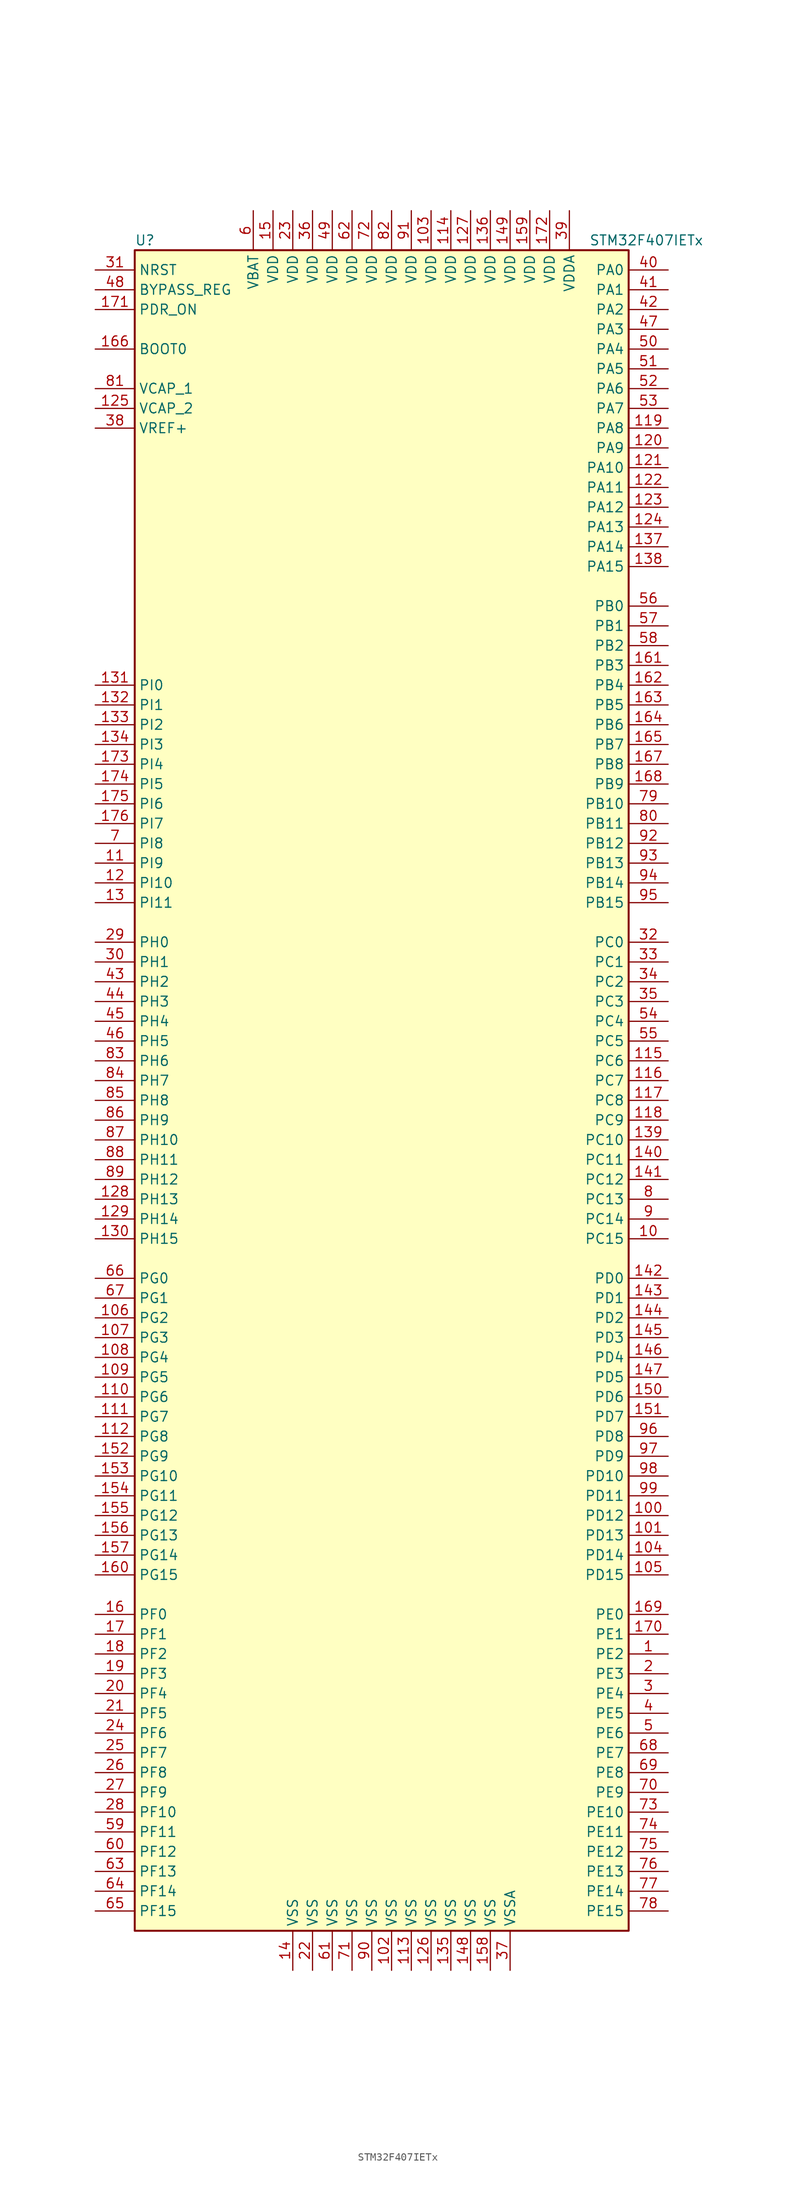
<source format=kicad_sym>
(kicad_symbol_lib
  (version 20201005)
  (generator kicad_symbol_editor)
  (symbol "STM32F407IETx"
    (property "Reference" "U"
      (at -33.02 107.95 0)
      (effects (font (size 1.27 1.27)) (justify left)))
    (property "Value" "STM32F407IETx"
      (at 25.4 107.95 0)
      (effects (font (size 1.27 1.27)) (justify left)))
    (symbol "STM32F407IETx_0_1"
      (rectangle (start -33.02 -109.22) (end 30.48 106.68) (stroke (width 0.254)) (fill (type background))))
    (symbol "STM32F407IETx_1_1"
      (pin bidirectional line (at 35.56 -73.66 180) (length 5.08) (name "PE2" (effects (font (size 1.27 1.27)))) (number "1" (effects (font (size 1.27 1.27)))))
      (pin bidirectional line (at 35.56 -20.32 180) (length 5.08) (name "PC15" (effects (font (size 1.27 1.27)))) (number "10" (effects (font (size 1.27 1.27)))))
      (pin bidirectional line (at 35.56 -55.88 180) (length 5.08) (name "PD12" (effects (font (size 1.27 1.27)))) (number "100" (effects (font (size 1.27 1.27)))))
      (pin bidirectional line (at 35.56 -58.42 180) (length 5.08) (name "PD13" (effects (font (size 1.27 1.27)))) (number "101" (effects (font (size 1.27 1.27)))))
      (pin power_in line (at 0 -114.3 90) (length 5.08) (name "VSS" (effects (font (size 1.27 1.27)))) (number "102" (effects (font (size 1.27 1.27)))))
      (pin power_in line (at 5.08 111.76 270) (length 5.08) (name "VDD" (effects (font (size 1.27 1.27)))) (number "103" (effects (font (size 1.27 1.27)))))
      (pin bidirectional line (at 35.56 -60.96 180) (length 5.08) (name "PD14" (effects (font (size 1.27 1.27)))) (number "104" (effects (font (size 1.27 1.27)))))
      (pin bidirectional line (at 35.56 -63.5 180) (length 5.08) (name "PD15" (effects (font (size 1.27 1.27)))) (number "105" (effects (font (size 1.27 1.27)))))
      (pin bidirectional line (at -38.1 -30.48 0) (length 5.08) (name "PG2" (effects (font (size 1.27 1.27)))) (number "106" (effects (font (size 1.27 1.27)))))
      (pin bidirectional line (at -38.1 -33.02 0) (length 5.08) (name "PG3" (effects (font (size 1.27 1.27)))) (number "107" (effects (font (size 1.27 1.27)))))
      (pin bidirectional line (at -38.1 -35.56 0) (length 5.08) (name "PG4" (effects (font (size 1.27 1.27)))) (number "108" (effects (font (size 1.27 1.27)))))
      (pin bidirectional line (at -38.1 -38.1 0) (length 5.08) (name "PG5" (effects (font (size 1.27 1.27)))) (number "109" (effects (font (size 1.27 1.27)))))
      (pin bidirectional line (at -38.1 27.94 0) (length 5.08) (name "PI9" (effects (font (size 1.27 1.27)))) (number "11" (effects (font (size 1.27 1.27)))))
      (pin bidirectional line (at -38.1 -40.64 0) (length 5.08) (name "PG6" (effects (font (size 1.27 1.27)))) (number "110" (effects (font (size 1.27 1.27)))))
      (pin bidirectional line (at -38.1 -43.18 0) (length 5.08) (name "PG7" (effects (font (size 1.27 1.27)))) (number "111" (effects (font (size 1.27 1.27)))))
      (pin bidirectional line (at -38.1 -45.72 0) (length 5.08) (name "PG8" (effects (font (size 1.27 1.27)))) (number "112" (effects (font (size 1.27 1.27)))))
      (pin power_in line (at 2.54 -114.3 90) (length 5.08) (name "VSS" (effects (font (size 1.27 1.27)))) (number "113" (effects (font (size 1.27 1.27)))))
      (pin power_in line (at 7.62 111.76 270) (length 5.08) (name "VDD" (effects (font (size 1.27 1.27)))) (number "114" (effects (font (size 1.27 1.27)))))
      (pin bidirectional line (at 35.56 2.54 180) (length 5.08) (name "PC6" (effects (font (size 1.27 1.27)))) (number "115" (effects (font (size 1.27 1.27)))))
      (pin bidirectional line (at 35.56 0 180) (length 5.08) (name "PC7" (effects (font (size 1.27 1.27)))) (number "116" (effects (font (size 1.27 1.27)))))
      (pin bidirectional line (at 35.56 -2.54 180) (length 5.08) (name "PC8" (effects (font (size 1.27 1.27)))) (number "117" (effects (font (size 1.27 1.27)))))
      (pin bidirectional line (at 35.56 -5.08 180) (length 5.08) (name "PC9" (effects (font (size 1.27 1.27)))) (number "118" (effects (font (size 1.27 1.27)))))
      (pin bidirectional line (at 35.56 83.82 180) (length 5.08) (name "PA8" (effects (font (size 1.27 1.27)))) (number "119" (effects (font (size 1.27 1.27)))))
      (pin bidirectional line (at -38.1 25.4 0) (length 5.08) (name "PI10" (effects (font (size 1.27 1.27)))) (number "12" (effects (font (size 1.27 1.27)))))
      (pin bidirectional line (at 35.56 81.28 180) (length 5.08) (name "PA9" (effects (font (size 1.27 1.27)))) (number "120" (effects (font (size 1.27 1.27)))))
      (pin bidirectional line (at 35.56 78.74 180) (length 5.08) (name "PA10" (effects (font (size 1.27 1.27)))) (number "121" (effects (font (size 1.27 1.27)))))
      (pin bidirectional line (at 35.56 76.2 180) (length 5.08) (name "PA11" (effects (font (size 1.27 1.27)))) (number "122" (effects (font (size 1.27 1.27)))))
      (pin bidirectional line (at 35.56 73.66 180) (length 5.08) (name "PA12" (effects (font (size 1.27 1.27)))) (number "123" (effects (font (size 1.27 1.27)))))
      (pin bidirectional line (at 35.56 71.12 180) (length 5.08) (name "PA13" (effects (font (size 1.27 1.27)))) (number "124" (effects (font (size 1.27 1.27)))))
      (pin power_in line (at -38.1 86.36 0) (length 5.08) (name "VCAP_2" (effects (font (size 1.27 1.27)))) (number "125" (effects (font (size 1.27 1.27)))))
      (pin power_in line (at 5.08 -114.3 90) (length 5.08) (name "VSS" (effects (font (size 1.27 1.27)))) (number "126" (effects (font (size 1.27 1.27)))))
      (pin power_in line (at 10.16 111.76 270) (length 5.08) (name "VDD" (effects (font (size 1.27 1.27)))) (number "127" (effects (font (size 1.27 1.27)))))
      (pin bidirectional line (at -38.1 -15.24 0) (length 5.08) (name "PH13" (effects (font (size 1.27 1.27)))) (number "128" (effects (font (size 1.27 1.27)))))
      (pin bidirectional line (at -38.1 -17.78 0) (length 5.08) (name "PH14" (effects (font (size 1.27 1.27)))) (number "129" (effects (font (size 1.27 1.27)))))
      (pin bidirectional line (at -38.1 22.86 0) (length 5.08) (name "PI11" (effects (font (size 1.27 1.27)))) (number "13" (effects (font (size 1.27 1.27)))))
      (pin bidirectional line (at -38.1 -20.32 0) (length 5.08) (name "PH15" (effects (font (size 1.27 1.27)))) (number "130" (effects (font (size 1.27 1.27)))))
      (pin bidirectional line (at -38.1 50.8 0) (length 5.08) (name "PI0" (effects (font (size 1.27 1.27)))) (number "131" (effects (font (size 1.27 1.27)))))
      (pin bidirectional line (at -38.1 48.26 0) (length 5.08) (name "PI1" (effects (font (size 1.27 1.27)))) (number "132" (effects (font (size 1.27 1.27)))))
      (pin bidirectional line (at -38.1 45.72 0) (length 5.08) (name "PI2" (effects (font (size 1.27 1.27)))) (number "133" (effects (font (size 1.27 1.27)))))
      (pin bidirectional line (at -38.1 43.18 0) (length 5.08) (name "PI3" (effects (font (size 1.27 1.27)))) (number "134" (effects (font (size 1.27 1.27)))))
      (pin power_in line (at 7.62 -114.3 90) (length 5.08) (name "VSS" (effects (font (size 1.27 1.27)))) (number "135" (effects (font (size 1.27 1.27)))))
      (pin power_in line (at 12.7 111.76 270) (length 5.08) (name "VDD" (effects (font (size 1.27 1.27)))) (number "136" (effects (font (size 1.27 1.27)))))
      (pin bidirectional line (at 35.56 68.58 180) (length 5.08) (name "PA14" (effects (font (size 1.27 1.27)))) (number "137" (effects (font (size 1.27 1.27)))))
      (pin bidirectional line (at 35.56 66.04 180) (length 5.08) (name "PA15" (effects (font (size 1.27 1.27)))) (number "138" (effects (font (size 1.27 1.27)))))
      (pin bidirectional line (at 35.56 -7.62 180) (length 5.08) (name "PC10" (effects (font (size 1.27 1.27)))) (number "139" (effects (font (size 1.27 1.27)))))
      (pin power_in line (at -12.7 -114.3 90) (length 5.08) (name "VSS" (effects (font (size 1.27 1.27)))) (number "14" (effects (font (size 1.27 1.27)))))
      (pin bidirectional line (at 35.56 -10.16 180) (length 5.08) (name "PC11" (effects (font (size 1.27 1.27)))) (number "140" (effects (font (size 1.27 1.27)))))
      (pin bidirectional line (at 35.56 -12.7 180) (length 5.08) (name "PC12" (effects (font (size 1.27 1.27)))) (number "141" (effects (font (size 1.27 1.27)))))
      (pin bidirectional line (at 35.56 -25.4 180) (length 5.08) (name "PD0" (effects (font (size 1.27 1.27)))) (number "142" (effects (font (size 1.27 1.27)))))
      (pin bidirectional line (at 35.56 -27.94 180) (length 5.08) (name "PD1" (effects (font (size 1.27 1.27)))) (number "143" (effects (font (size 1.27 1.27)))))
      (pin bidirectional line (at 35.56 -30.48 180) (length 5.08) (name "PD2" (effects (font (size 1.27 1.27)))) (number "144" (effects (font (size 1.27 1.27)))))
      (pin bidirectional line (at 35.56 -33.02 180) (length 5.08) (name "PD3" (effects (font (size 1.27 1.27)))) (number "145" (effects (font (size 1.27 1.27)))))
      (pin bidirectional line (at 35.56 -35.56 180) (length 5.08) (name "PD4" (effects (font (size 1.27 1.27)))) (number "146" (effects (font (size 1.27 1.27)))))
      (pin bidirectional line (at 35.56 -38.1 180) (length 5.08) (name "PD5" (effects (font (size 1.27 1.27)))) (number "147" (effects (font (size 1.27 1.27)))))
      (pin power_in line (at 10.16 -114.3 90) (length 5.08) (name "VSS" (effects (font (size 1.27 1.27)))) (number "148" (effects (font (size 1.27 1.27)))))
      (pin power_in line (at 15.24 111.76 270) (length 5.08) (name "VDD" (effects (font (size 1.27 1.27)))) (number "149" (effects (font (size 1.27 1.27)))))
      (pin power_in line (at -15.24 111.76 270) (length 5.08) (name "VDD" (effects (font (size 1.27 1.27)))) (number "15" (effects (font (size 1.27 1.27)))))
      (pin bidirectional line (at 35.56 -40.64 180) (length 5.08) (name "PD6" (effects (font (size 1.27 1.27)))) (number "150" (effects (font (size 1.27 1.27)))))
      (pin bidirectional line (at 35.56 -43.18 180) (length 5.08) (name "PD7" (effects (font (size 1.27 1.27)))) (number "151" (effects (font (size 1.27 1.27)))))
      (pin bidirectional line (at -38.1 -48.26 0) (length 5.08) (name "PG9" (effects (font (size 1.27 1.27)))) (number "152" (effects (font (size 1.27 1.27)))))
      (pin bidirectional line (at -38.1 -50.8 0) (length 5.08) (name "PG10" (effects (font (size 1.27 1.27)))) (number "153" (effects (font (size 1.27 1.27)))))
      (pin bidirectional line (at -38.1 -53.34 0) (length 5.08) (name "PG11" (effects (font (size 1.27 1.27)))) (number "154" (effects (font (size 1.27 1.27)))))
      (pin bidirectional line (at -38.1 -55.88 0) (length 5.08) (name "PG12" (effects (font (size 1.27 1.27)))) (number "155" (effects (font (size 1.27 1.27)))))
      (pin bidirectional line (at -38.1 -58.42 0) (length 5.08) (name "PG13" (effects (font (size 1.27 1.27)))) (number "156" (effects (font (size 1.27 1.27)))))
      (pin bidirectional line (at -38.1 -60.96 0) (length 5.08) (name "PG14" (effects (font (size 1.27 1.27)))) (number "157" (effects (font (size 1.27 1.27)))))
      (pin power_in line (at 12.7 -114.3 90) (length 5.08) (name "VSS" (effects (font (size 1.27 1.27)))) (number "158" (effects (font (size 1.27 1.27)))))
      (pin power_in line (at 17.78 111.76 270) (length 5.08) (name "VDD" (effects (font (size 1.27 1.27)))) (number "159" (effects (font (size 1.27 1.27)))))
      (pin bidirectional line (at -38.1 -68.58 0) (length 5.08) (name "PF0" (effects (font (size 1.27 1.27)))) (number "16" (effects (font (size 1.27 1.27)))))
      (pin bidirectional line (at -38.1 -63.5 0) (length 5.08) (name "PG15" (effects (font (size 1.27 1.27)))) (number "160" (effects (font (size 1.27 1.27)))))
      (pin bidirectional line (at 35.56 53.34 180) (length 5.08) (name "PB3" (effects (font (size 1.27 1.27)))) (number "161" (effects (font (size 1.27 1.27)))))
      (pin bidirectional line (at 35.56 50.8 180) (length 5.08) (name "PB4" (effects (font (size 1.27 1.27)))) (number "162" (effects (font (size 1.27 1.27)))))
      (pin bidirectional line (at 35.56 48.26 180) (length 5.08) (name "PB5" (effects (font (size 1.27 1.27)))) (number "163" (effects (font (size 1.27 1.27)))))
      (pin bidirectional line (at 35.56 45.72 180) (length 5.08) (name "PB6" (effects (font (size 1.27 1.27)))) (number "164" (effects (font (size 1.27 1.27)))))
      (pin bidirectional line (at 35.56 43.18 180) (length 5.08) (name "PB7" (effects (font (size 1.27 1.27)))) (number "165" (effects (font (size 1.27 1.27)))))
      (pin input line (at -38.1 93.98 0) (length 5.08) (name "BOOT0" (effects (font (size 1.27 1.27)))) (number "166" (effects (font (size 1.27 1.27)))))
      (pin bidirectional line (at 35.56 40.64 180) (length 5.08) (name "PB8" (effects (font (size 1.27 1.27)))) (number "167" (effects (font (size 1.27 1.27)))))
      (pin bidirectional line (at 35.56 38.1 180) (length 5.08) (name "PB9" (effects (font (size 1.27 1.27)))) (number "168" (effects (font (size 1.27 1.27)))))
      (pin bidirectional line (at 35.56 -68.58 180) (length 5.08) (name "PE0" (effects (font (size 1.27 1.27)))) (number "169" (effects (font (size 1.27 1.27)))))
      (pin bidirectional line (at -38.1 -71.12 0) (length 5.08) (name "PF1" (effects (font (size 1.27 1.27)))) (number "17" (effects (font (size 1.27 1.27)))))
      (pin bidirectional line (at 35.56 -71.12 180) (length 5.08) (name "PE1" (effects (font (size 1.27 1.27)))) (number "170" (effects (font (size 1.27 1.27)))))
      (pin input line (at -38.1 99.06 0) (length 5.08) (name "PDR_ON" (effects (font (size 1.27 1.27)))) (number "171" (effects (font (size 1.27 1.27)))))
      (pin power_in line (at 20.32 111.76 270) (length 5.08) (name "VDD" (effects (font (size 1.27 1.27)))) (number "172" (effects (font (size 1.27 1.27)))))
      (pin bidirectional line (at -38.1 40.64 0) (length 5.08) (name "PI4" (effects (font (size 1.27 1.27)))) (number "173" (effects (font (size 1.27 1.27)))))
      (pin bidirectional line (at -38.1 38.1 0) (length 5.08) (name "PI5" (effects (font (size 1.27 1.27)))) (number "174" (effects (font (size 1.27 1.27)))))
      (pin bidirectional line (at -38.1 35.56 0) (length 5.08) (name "PI6" (effects (font (size 1.27 1.27)))) (number "175" (effects (font (size 1.27 1.27)))))
      (pin bidirectional line (at -38.1 33.02 0) (length 5.08) (name "PI7" (effects (font (size 1.27 1.27)))) (number "176" (effects (font (size 1.27 1.27)))))
      (pin bidirectional line (at -38.1 -73.66 0) (length 5.08) (name "PF2" (effects (font (size 1.27 1.27)))) (number "18" (effects (font (size 1.27 1.27)))))
      (pin bidirectional line (at -38.1 -76.2 0) (length 5.08) (name "PF3" (effects (font (size 1.27 1.27)))) (number "19" (effects (font (size 1.27 1.27)))))
      (pin bidirectional line (at 35.56 -76.2 180) (length 5.08) (name "PE3" (effects (font (size 1.27 1.27)))) (number "2" (effects (font (size 1.27 1.27)))))
      (pin bidirectional line (at -38.1 -78.74 0) (length 5.08) (name "PF4" (effects (font (size 1.27 1.27)))) (number "20" (effects (font (size 1.27 1.27)))))
      (pin bidirectional line (at -38.1 -81.28 0) (length 5.08) (name "PF5" (effects (font (size 1.27 1.27)))) (number "21" (effects (font (size 1.27 1.27)))))
      (pin power_in line (at -10.16 -114.3 90) (length 5.08) (name "VSS" (effects (font (size 1.27 1.27)))) (number "22" (effects (font (size 1.27 1.27)))))
      (pin power_in line (at -12.7 111.76 270) (length 5.08) (name "VDD" (effects (font (size 1.27 1.27)))) (number "23" (effects (font (size 1.27 1.27)))))
      (pin bidirectional line (at -38.1 -83.82 0) (length 5.08) (name "PF6" (effects (font (size 1.27 1.27)))) (number "24" (effects (font (size 1.27 1.27)))))
      (pin bidirectional line (at -38.1 -86.36 0) (length 5.08) (name "PF7" (effects (font (size 1.27 1.27)))) (number "25" (effects (font (size 1.27 1.27)))))
      (pin bidirectional line (at -38.1 -88.9 0) (length 5.08) (name "PF8" (effects (font (size 1.27 1.27)))) (number "26" (effects (font (size 1.27 1.27)))))
      (pin bidirectional line (at -38.1 -91.44 0) (length 5.08) (name "PF9" (effects (font (size 1.27 1.27)))) (number "27" (effects (font (size 1.27 1.27)))))
      (pin bidirectional line (at -38.1 -93.98 0) (length 5.08) (name "PF10" (effects (font (size 1.27 1.27)))) (number "28" (effects (font (size 1.27 1.27)))))
      (pin input line (at -38.1 17.78 0) (length 5.08) (name "PH0" (effects (font (size 1.27 1.27)))) (number "29" (effects (font (size 1.27 1.27)))))
      (pin bidirectional line (at 35.56 -78.74 180) (length 5.08) (name "PE4" (effects (font (size 1.27 1.27)))) (number "3" (effects (font (size 1.27 1.27)))))
      (pin input line (at -38.1 15.24 0) (length 5.08) (name "PH1" (effects (font (size 1.27 1.27)))) (number "30" (effects (font (size 1.27 1.27)))))
      (pin input line (at -38.1 104.14 0) (length 5.08) (name "NRST" (effects (font (size 1.27 1.27)))) (number "31" (effects (font (size 1.27 1.27)))))
      (pin bidirectional line (at 35.56 17.78 180) (length 5.08) (name "PC0" (effects (font (size 1.27 1.27)))) (number "32" (effects (font (size 1.27 1.27)))))
      (pin bidirectional line (at 35.56 15.24 180) (length 5.08) (name "PC1" (effects (font (size 1.27 1.27)))) (number "33" (effects (font (size 1.27 1.27)))))
      (pin bidirectional line (at 35.56 12.7 180) (length 5.08) (name "PC2" (effects (font (size 1.27 1.27)))) (number "34" (effects (font (size 1.27 1.27)))))
      (pin bidirectional line (at 35.56 10.16 180) (length 5.08) (name "PC3" (effects (font (size 1.27 1.27)))) (number "35" (effects (font (size 1.27 1.27)))))
      (pin power_in line (at -10.16 111.76 270) (length 5.08) (name "VDD" (effects (font (size 1.27 1.27)))) (number "36" (effects (font (size 1.27 1.27)))))
      (pin power_in line (at 15.24 -114.3 90) (length 5.08) (name "VSSA" (effects (font (size 1.27 1.27)))) (number "37" (effects (font (size 1.27 1.27)))))
      (pin power_in line (at -38.1 83.82 0) (length 5.08) (name "VREF+" (effects (font (size 1.27 1.27)))) (number "38" (effects (font (size 1.27 1.27)))))
      (pin power_in line (at 22.86 111.76 270) (length 5.08) (name "VDDA" (effects (font (size 1.27 1.27)))) (number "39" (effects (font (size 1.27 1.27)))))
      (pin bidirectional line (at 35.56 -81.28 180) (length 5.08) (name "PE5" (effects (font (size 1.27 1.27)))) (number "4" (effects (font (size 1.27 1.27)))))
      (pin bidirectional line (at 35.56 104.14 180) (length 5.08) (name "PA0" (effects (font (size 1.27 1.27)))) (number "40" (effects (font (size 1.27 1.27)))))
      (pin bidirectional line (at 35.56 101.6 180) (length 5.08) (name "PA1" (effects (font (size 1.27 1.27)))) (number "41" (effects (font (size 1.27 1.27)))))
      (pin bidirectional line (at 35.56 99.06 180) (length 5.08) (name "PA2" (effects (font (size 1.27 1.27)))) (number "42" (effects (font (size 1.27 1.27)))))
      (pin bidirectional line (at -38.1 12.7 0) (length 5.08) (name "PH2" (effects (font (size 1.27 1.27)))) (number "43" (effects (font (size 1.27 1.27)))))
      (pin bidirectional line (at -38.1 10.16 0) (length 5.08) (name "PH3" (effects (font (size 1.27 1.27)))) (number "44" (effects (font (size 1.27 1.27)))))
      (pin bidirectional line (at -38.1 7.62 0) (length 5.08) (name "PH4" (effects (font (size 1.27 1.27)))) (number "45" (effects (font (size 1.27 1.27)))))
      (pin bidirectional line (at -38.1 5.08 0) (length 5.08) (name "PH5" (effects (font (size 1.27 1.27)))) (number "46" (effects (font (size 1.27 1.27)))))
      (pin bidirectional line (at 35.56 96.52 180) (length 5.08) (name "PA3" (effects (font (size 1.27 1.27)))) (number "47" (effects (font (size 1.27 1.27)))))
      (pin input line (at -38.1 101.6 0) (length 5.08) (name "BYPASS_REG" (effects (font (size 1.27 1.27)))) (number "48" (effects (font (size 1.27 1.27)))))
      (pin power_in line (at -7.62 111.76 270) (length 5.08) (name "VDD" (effects (font (size 1.27 1.27)))) (number "49" (effects (font (size 1.27 1.27)))))
      (pin bidirectional line (at 35.56 -83.82 180) (length 5.08) (name "PE6" (effects (font (size 1.27 1.27)))) (number "5" (effects (font (size 1.27 1.27)))))
      (pin bidirectional line (at 35.56 93.98 180) (length 5.08) (name "PA4" (effects (font (size 1.27 1.27)))) (number "50" (effects (font (size 1.27 1.27)))))
      (pin bidirectional line (at 35.56 91.44 180) (length 5.08) (name "PA5" (effects (font (size 1.27 1.27)))) (number "51" (effects (font (size 1.27 1.27)))))
      (pin bidirectional line (at 35.56 88.9 180) (length 5.08) (name "PA6" (effects (font (size 1.27 1.27)))) (number "52" (effects (font (size 1.27 1.27)))))
      (pin bidirectional line (at 35.56 86.36 180) (length 5.08) (name "PA7" (effects (font (size 1.27 1.27)))) (number "53" (effects (font (size 1.27 1.27)))))
      (pin bidirectional line (at 35.56 7.62 180) (length 5.08) (name "PC4" (effects (font (size 1.27 1.27)))) (number "54" (effects (font (size 1.27 1.27)))))
      (pin bidirectional line (at 35.56 5.08 180) (length 5.08) (name "PC5" (effects (font (size 1.27 1.27)))) (number "55" (effects (font (size 1.27 1.27)))))
      (pin bidirectional line (at 35.56 60.96 180) (length 5.08) (name "PB0" (effects (font (size 1.27 1.27)))) (number "56" (effects (font (size 1.27 1.27)))))
      (pin bidirectional line (at 35.56 58.42 180) (length 5.08) (name "PB1" (effects (font (size 1.27 1.27)))) (number "57" (effects (font (size 1.27 1.27)))))
      (pin bidirectional line (at 35.56 55.88 180) (length 5.08) (name "PB2" (effects (font (size 1.27 1.27)))) (number "58" (effects (font (size 1.27 1.27)))))
      (pin bidirectional line (at -38.1 -96.52 0) (length 5.08) (name "PF11" (effects (font (size 1.27 1.27)))) (number "59" (effects (font (size 1.27 1.27)))))
      (pin power_in line (at -17.78 111.76 270) (length 5.08) (name "VBAT" (effects (font (size 1.27 1.27)))) (number "6" (effects (font (size 1.27 1.27)))))
      (pin bidirectional line (at -38.1 -99.06 0) (length 5.08) (name "PF12" (effects (font (size 1.27 1.27)))) (number "60" (effects (font (size 1.27 1.27)))))
      (pin power_in line (at -7.62 -114.3 90) (length 5.08) (name "VSS" (effects (font (size 1.27 1.27)))) (number "61" (effects (font (size 1.27 1.27)))))
      (pin power_in line (at -5.08 111.76 270) (length 5.08) (name "VDD" (effects (font (size 1.27 1.27)))) (number "62" (effects (font (size 1.27 1.27)))))
      (pin bidirectional line (at -38.1 -101.6 0) (length 5.08) (name "PF13" (effects (font (size 1.27 1.27)))) (number "63" (effects (font (size 1.27 1.27)))))
      (pin bidirectional line (at -38.1 -104.14 0) (length 5.08) (name "PF14" (effects (font (size 1.27 1.27)))) (number "64" (effects (font (size 1.27 1.27)))))
      (pin bidirectional line (at -38.1 -106.68 0) (length 5.08) (name "PF15" (effects (font (size 1.27 1.27)))) (number "65" (effects (font (size 1.27 1.27)))))
      (pin bidirectional line (at -38.1 -25.4 0) (length 5.08) (name "PG0" (effects (font (size 1.27 1.27)))) (number "66" (effects (font (size 1.27 1.27)))))
      (pin bidirectional line (at -38.1 -27.94 0) (length 5.08) (name "PG1" (effects (font (size 1.27 1.27)))) (number "67" (effects (font (size 1.27 1.27)))))
      (pin bidirectional line (at 35.56 -86.36 180) (length 5.08) (name "PE7" (effects (font (size 1.27 1.27)))) (number "68" (effects (font (size 1.27 1.27)))))
      (pin bidirectional line (at 35.56 -88.9 180) (length 5.08) (name "PE8" (effects (font (size 1.27 1.27)))) (number "69" (effects (font (size 1.27 1.27)))))
      (pin bidirectional line (at -38.1 30.48 0) (length 5.08) (name "PI8" (effects (font (size 1.27 1.27)))) (number "7" (effects (font (size 1.27 1.27)))))
      (pin bidirectional line (at 35.56 -91.44 180) (length 5.08) (name "PE9" (effects (font (size 1.27 1.27)))) (number "70" (effects (font (size 1.27 1.27)))))
      (pin power_in line (at -5.08 -114.3 90) (length 5.08) (name "VSS" (effects (font (size 1.27 1.27)))) (number "71" (effects (font (size 1.27 1.27)))))
      (pin power_in line (at -2.54 111.76 270) (length 5.08) (name "VDD" (effects (font (size 1.27 1.27)))) (number "72" (effects (font (size 1.27 1.27)))))
      (pin bidirectional line (at 35.56 -93.98 180) (length 5.08) (name "PE10" (effects (font (size 1.27 1.27)))) (number "73" (effects (font (size 1.27 1.27)))))
      (pin bidirectional line (at 35.56 -96.52 180) (length 5.08) (name "PE11" (effects (font (size 1.27 1.27)))) (number "74" (effects (font (size 1.27 1.27)))))
      (pin bidirectional line (at 35.56 -99.06 180) (length 5.08) (name "PE12" (effects (font (size 1.27 1.27)))) (number "75" (effects (font (size 1.27 1.27)))))
      (pin bidirectional line (at 35.56 -101.6 180) (length 5.08) (name "PE13" (effects (font (size 1.27 1.27)))) (number "76" (effects (font (size 1.27 1.27)))))
      (pin bidirectional line (at 35.56 -104.14 180) (length 5.08) (name "PE14" (effects (font (size 1.27 1.27)))) (number "77" (effects (font (size 1.27 1.27)))))
      (pin bidirectional line (at 35.56 -106.68 180) (length 5.08) (name "PE15" (effects (font (size 1.27 1.27)))) (number "78" (effects (font (size 1.27 1.27)))))
      (pin bidirectional line (at 35.56 35.56 180) (length 5.08) (name "PB10" (effects (font (size 1.27 1.27)))) (number "79" (effects (font (size 1.27 1.27)))))
      (pin bidirectional line (at 35.56 -15.24 180) (length 5.08) (name "PC13" (effects (font (size 1.27 1.27)))) (number "8" (effects (font (size 1.27 1.27)))))
      (pin bidirectional line (at 35.56 33.02 180) (length 5.08) (name "PB11" (effects (font (size 1.27 1.27)))) (number "80" (effects (font (size 1.27 1.27)))))
      (pin power_in line (at -38.1 88.9 0) (length 5.08) (name "VCAP_1" (effects (font (size 1.27 1.27)))) (number "81" (effects (font (size 1.27 1.27)))))
      (pin power_in line (at 0 111.76 270) (length 5.08) (name "VDD" (effects (font (size 1.27 1.27)))) (number "82" (effects (font (size 1.27 1.27)))))
      (pin bidirectional line (at -38.1 2.54 0) (length 5.08) (name "PH6" (effects (font (size 1.27 1.27)))) (number "83" (effects (font (size 1.27 1.27)))))
      (pin bidirectional line (at -38.1 0 0) (length 5.08) (name "PH7" (effects (font (size 1.27 1.27)))) (number "84" (effects (font (size 1.27 1.27)))))
      (pin bidirectional line (at -38.1 -2.54 0) (length 5.08) (name "PH8" (effects (font (size 1.27 1.27)))) (number "85" (effects (font (size 1.27 1.27)))))
      (pin bidirectional line (at -38.1 -5.08 0) (length 5.08) (name "PH9" (effects (font (size 1.27 1.27)))) (number "86" (effects (font (size 1.27 1.27)))))
      (pin bidirectional line (at -38.1 -7.62 0) (length 5.08) (name "PH10" (effects (font (size 1.27 1.27)))) (number "87" (effects (font (size 1.27 1.27)))))
      (pin bidirectional line (at -38.1 -10.16 0) (length 5.08) (name "PH11" (effects (font (size 1.27 1.27)))) (number "88" (effects (font (size 1.27 1.27)))))
      (pin bidirectional line (at -38.1 -12.7 0) (length 5.08) (name "PH12" (effects (font (size 1.27 1.27)))) (number "89" (effects (font (size 1.27 1.27)))))
      (pin bidirectional line (at 35.56 -17.78 180) (length 5.08) (name "PC14" (effects (font (size 1.27 1.27)))) (number "9" (effects (font (size 1.27 1.27)))))
      (pin power_in line (at -2.54 -114.3 90) (length 5.08) (name "VSS" (effects (font (size 1.27 1.27)))) (number "90" (effects (font (size 1.27 1.27)))))
      (pin power_in line (at 2.54 111.76 270) (length 5.08) (name "VDD" (effects (font (size 1.27 1.27)))) (number "91" (effects (font (size 1.27 1.27)))))
      (pin bidirectional line (at 35.56 30.48 180) (length 5.08) (name "PB12" (effects (font (size 1.27 1.27)))) (number "92" (effects (font (size 1.27 1.27)))))
      (pin bidirectional line (at 35.56 27.94 180) (length 5.08) (name "PB13" (effects (font (size 1.27 1.27)))) (number "93" (effects (font (size 1.27 1.27)))))
      (pin bidirectional line (at 35.56 25.4 180) (length 5.08) (name "PB14" (effects (font (size 1.27 1.27)))) (number "94" (effects (font (size 1.27 1.27)))))
      (pin bidirectional line (at 35.56 22.86 180) (length 5.08) (name "PB15" (effects (font (size 1.27 1.27)))) (number "95" (effects (font (size 1.27 1.27)))))
      (pin bidirectional line (at 35.56 -45.72 180) (length 5.08) (name "PD8" (effects (font (size 1.27 1.27)))) (number "96" (effects (font (size 1.27 1.27)))))
      (pin bidirectional line (at 35.56 -48.26 180) (length 5.08) (name "PD9" (effects (font (size 1.27 1.27)))) (number "97" (effects (font (size 1.27 1.27)))))
      (pin bidirectional line (at 35.56 -50.8 180) (length 5.08) (name "PD10" (effects (font (size 1.27 1.27)))) (number "98" (effects (font (size 1.27 1.27)))))
      (pin bidirectional line (at 35.56 -53.34 180) (length 5.08) (name "PD11" (effects (font (size 1.27 1.27)))) (number "99" (effects (font (size 1.27 1.27))))))))
</source>
